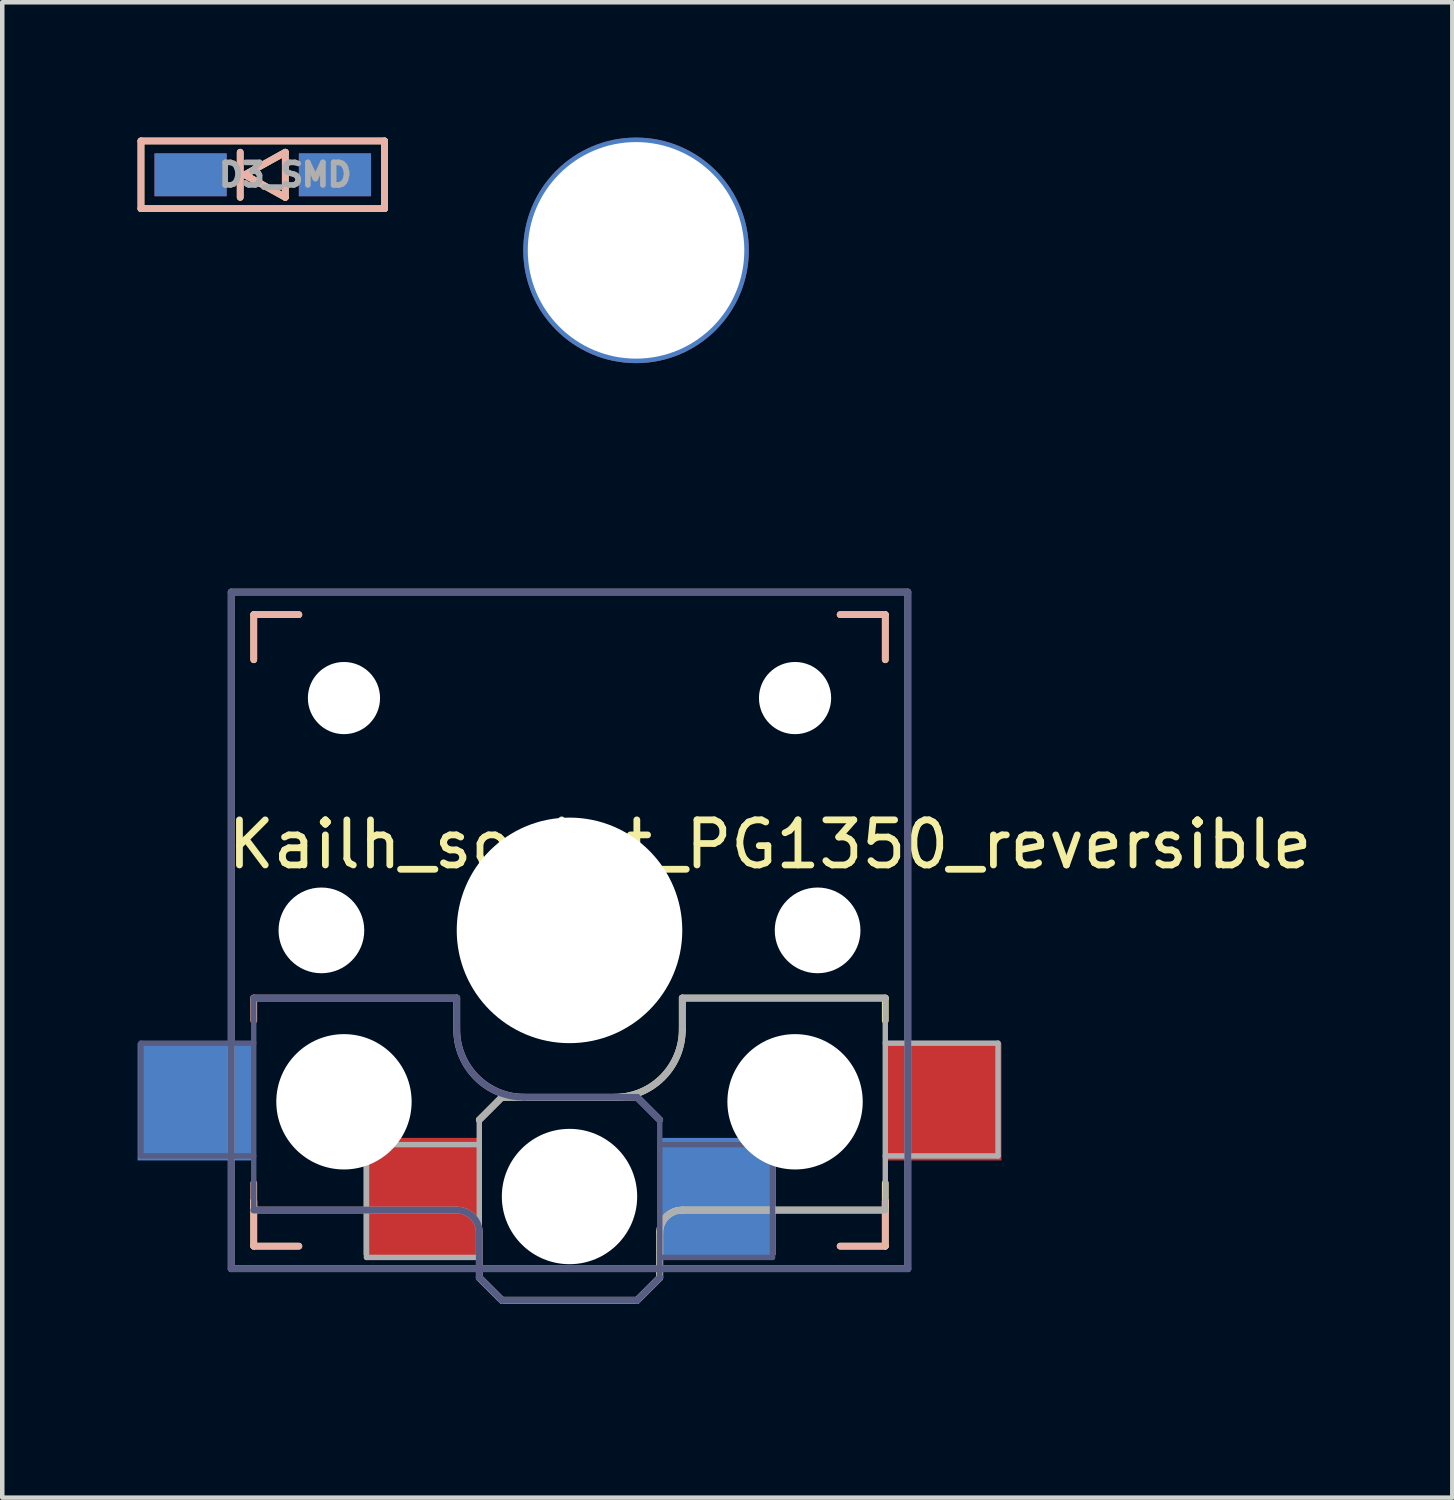
<source format=kicad_pcb>
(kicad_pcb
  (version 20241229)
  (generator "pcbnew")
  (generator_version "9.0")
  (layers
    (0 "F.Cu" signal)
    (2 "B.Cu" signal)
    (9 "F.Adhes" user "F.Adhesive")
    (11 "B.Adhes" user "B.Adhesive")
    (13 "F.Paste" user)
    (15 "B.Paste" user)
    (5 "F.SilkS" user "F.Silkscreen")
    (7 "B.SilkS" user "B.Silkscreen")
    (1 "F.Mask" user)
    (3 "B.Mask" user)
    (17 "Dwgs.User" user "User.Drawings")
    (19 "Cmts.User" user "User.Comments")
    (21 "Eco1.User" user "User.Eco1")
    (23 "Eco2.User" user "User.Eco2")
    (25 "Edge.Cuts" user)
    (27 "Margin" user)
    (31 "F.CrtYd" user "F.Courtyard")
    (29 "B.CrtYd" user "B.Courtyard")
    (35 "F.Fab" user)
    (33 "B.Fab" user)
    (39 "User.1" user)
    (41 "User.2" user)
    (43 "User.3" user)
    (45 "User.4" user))
  (footprint "D3_SMD"
    (layer "F.Cu")
    (at 2.775 0.825)
    (property "Reference" "D3_SMD" (at 0.5 0 0) (layer "F.Fab") (effects (font (size 0.5 0.5) (thickness 0.125))))
    (attr smd)
    (fp_line (start -2.7 -0.75) (end -2.7 0.75) (stroke (width 0.15) (type solid)) (layer "F.SilkS"))
    (fp_line (start -2.7 0.75) (end 2.7 0.75) (stroke (width 0.15) (type solid)) (layer "F.SilkS"))
    (fp_line (start -0.5 -0.5) (end -0.5 0.5) (stroke (width 0.15) (type solid)) (layer "F.SilkS"))
    (fp_line (start -0.4 0) (end 0.5 -0.5) (stroke (width 0.15) (type solid)) (layer "F.SilkS"))
    (fp_line (start 0.5 -0.5) (end 0.5 0.5) (stroke (width 0.15) (type solid)) (layer "F.SilkS"))
    (fp_line (start 0.5 0.5) (end -0.4 0) (stroke (width 0.15) (type solid)) (layer "F.SilkS"))
    (fp_line (start 2.7 -0.75) (end -2.7 -0.75) (stroke (width 0.15) (type solid)) (layer "F.SilkS"))
    (fp_line (start 2.7 -0.75) (end 2.7 0.75) (stroke (width 0.15) (type solid)) (layer "F.SilkS"))
    (fp_line (start -2.7 -0.75) (end -2.7 0.75) (stroke (width 0.15) (type solid)) (layer "B.SilkS"))
    (fp_line (start -2.7 0.75) (end 2.7 0.75) (stroke (width 0.15) (type solid)) (layer "B.SilkS"))
    (fp_line (start -0.5 -0.5) (end -0.5 0.5) (stroke (width 0.15) (type solid)) (layer "B.SilkS"))
    (fp_line (start -0.4 0) (end 0.5 -0.5) (stroke (width 0.15) (type solid)) (layer "B.SilkS"))
    (fp_line (start 0.5 -0.5) (end 0.5 0.5) (stroke (width 0.15) (type solid)) (layer "B.SilkS"))
    (fp_line (start 0.5 0.5) (end -0.4 0) (stroke (width 0.15) (type solid)) (layer "B.SilkS"))
    (fp_line (start 2.7 -0.75) (end -2.7 -0.75) (stroke (width 0.15) (type solid)) (layer "B.SilkS"))
    (fp_line (start 2.7 0.75) (end 2.7 -0.75) (stroke (width 0.15) (type solid)) (layer "B.SilkS"))
    (pad "1" smd rect (at -1.6 0) (size 1.6 0.95) (layers "F.Cu" "F.Mask" "F.Paste"))
    (pad "1" smd rect (at -1.6 0) (size 1.6 0.95) (layers "B.Cu" "B.Mask" "B.Paste"))
    (pad "2" smd rect (at 1.6 0) (size 1.6 0.95) (layers "F.Cu" "F.Mask" "F.Paste"))
    (pad "2" smd rect (at 1.6 0) (size 1.6 0.95) (layers "B.Cu" "B.Mask" "B.Paste")))
  (footprint "Hole"
    (layer "F.Cu")
    (at 11.05 2.5)
    (property "Reference" "Hole" (at 0 0 0) (unlocked yes) (layer "F.SilkS") (effects (font (size 1 1) (thickness 0.15))))
    (attr through_hole)
    (pad "" np_thru_hole circle (at 0 0) (size 5 5) (drill 4.8) (layers "*.Cu" "*.Mask")))
  (footprint "Kailh_socket_PG1350_reversible"
    (layer "F.Cu")
    (at 9.575 17.575)
    (property "Reference" "Kailh_socket_PG1350_reversible" (at 4.445 -1.905 0) (layer "F.SilkS") (effects (font (size 1 1) (thickness 0.15))))
    (attr smd)
    (fp_line (start -7 -7) (end -6 -7) (stroke (width 0.15) (type solid)) (layer "F.SilkS"))
    (fp_line (start -7 -6) (end -7 -7) (stroke (width 0.15) (type solid)) (layer "F.SilkS"))
    (fp_line (start -7 7) (end -7 6) (stroke (width 0.15) (type solid)) (layer "F.SilkS"))
    (fp_line (start -6 7) (end -7 7) (stroke (width 0.15) (type solid)) (layer "F.SilkS"))
    (fp_line (start -2 4.2) (end -1.5 3.7) (stroke (width 0.15) (type solid)) (layer "F.SilkS"))
    (fp_line (start -2 7.7) (end -1.5 8.2) (stroke (width 0.15) (type solid)) (layer "F.SilkS"))
    (fp_line (start -1.5 3.7) (end 1 3.7) (stroke (width 0.15) (type solid)) (layer "F.SilkS"))
    (fp_line (start -1.5 8.2) (end 1.5 8.2) (stroke (width 0.15) (type solid)) (layer "F.SilkS"))
    (fp_line (start 1.5 8.2) (end 2 7.7) (stroke (width 0.15) (type solid)) (layer "F.SilkS"))
    (fp_line (start 2 6.7) (end 2 7.7) (stroke (width 0.15) (type solid)) (layer "F.SilkS"))
    (fp_line (start 2.5 1.5) (end 7 1.5) (stroke (width 0.15) (type solid)) (layer "F.SilkS"))
    (fp_line (start 2.5 2.2) (end 2.5 1.5) (stroke (width 0.15) (type solid)) (layer "F.SilkS"))
    (fp_line (start 6 -7) (end 7 -7) (stroke (width 0.15) (type solid)) (layer "F.SilkS"))
    (fp_line (start 7 -7) (end 7 -6) (stroke (width 0.15) (type solid)) (layer "F.SilkS"))
    (fp_line (start 7 1.5) (end 7 2) (stroke (width 0.15) (type solid)) (layer "F.SilkS"))
    (fp_line (start 7 5.6) (end 7 6.2) (stroke (width 0.15) (type solid)) (layer "F.SilkS"))
    (fp_line (start 7 6) (end 7 7) (stroke (width 0.15) (type solid)) (layer "F.SilkS"))
    (fp_line (start 7 6.2) (end 2.5 6.2) (stroke (width 0.15) (type solid)) (layer "F.SilkS"))
    (fp_line (start 7 7) (end 6 7) (stroke (width 0.15) (type solid)) (layer "F.SilkS"))
    (fp_arc (start 2 6.7) (mid 2.146447 6.346447) (end 2.5 6.2) (stroke (width 0.15) (type solid)) (layer "F.SilkS"))
    (fp_arc (start 2.5 2.2) (mid 2.06066 3.26066) (end 1 3.7) (stroke (width 0.15) (type solid)) (layer "F.SilkS"))
    (fp_line (start -7 -7) (end -6 -7) (stroke (width 0.15) (type solid)) (layer "B.SilkS"))
    (fp_line (start -7 -6) (end -7 -7) (stroke (width 0.15) (type solid)) (layer "B.SilkS"))
    (fp_line (start -7 1.5) (end -7 2) (stroke (width 0.15) (type solid)) (layer "B.SilkS"))
    (fp_line (start -7 5.6) (end -7 6.2) (stroke (width 0.15) (type solid)) (layer "B.SilkS"))
    (fp_line (start -7 6.2) (end -2.5 6.2) (stroke (width 0.15) (type solid)) (layer "B.SilkS"))
    (fp_line (start -7 7) (end -7 6) (stroke (width 0.15) (type solid)) (layer "B.SilkS"))
    (fp_line (start -6 7) (end -7 7) (stroke (width 0.15) (type solid)) (layer "B.SilkS"))
    (fp_line (start -2.5 1.5) (end -7 1.5) (stroke (width 0.15) (type solid)) (layer "B.SilkS"))
    (fp_line (start -2.5 2.2) (end -2.5 1.5) (stroke (width 0.15) (type solid)) (layer "B.SilkS"))
    (fp_line (start -2 6.7) (end -2 7.7) (stroke (width 0.15) (type solid)) (layer "B.SilkS"))
    (fp_line (start -1.5 8.2) (end -2 7.7) (stroke (width 0.15) (type solid)) (layer "B.SilkS"))
    (fp_line (start 1.5 3.7) (end -1 3.7) (stroke (width 0.15) (type solid)) (layer "B.SilkS"))
    (fp_line (start 1.5 8.2) (end -1.5 8.2) (stroke (width 0.15) (type solid)) (layer "B.SilkS"))
    (fp_line (start 2 4.2) (end 1.5 3.7) (stroke (width 0.15) (type solid)) (layer "B.SilkS"))
    (fp_line (start 2 7.7) (end 1.5 8.2) (stroke (width 0.15) (type solid)) (layer "B.SilkS"))
    (fp_line (start 6 -7) (end 7 -7) (stroke (width 0.15) (type solid)) (layer "B.SilkS"))
    (fp_line (start 7 -7) (end 7 -6) (stroke (width 0.15) (type solid)) (layer "B.SilkS"))
    (fp_line (start 7 6) (end 7 7) (stroke (width 0.15) (type solid)) (layer "B.SilkS"))
    (fp_line (start 7 7) (end 6 7) (stroke (width 0.15) (type solid)) (layer "B.SilkS"))
    (fp_arc (start -2.5 6.2) (mid -2.146447 6.346447) (end -2 6.7) (stroke (width 0.15) (type solid)) (layer "B.SilkS"))
    (fp_arc (start -1 3.7) (mid -2.06066 3.26066) (end -2.5 2.2) (stroke (width 0.15) (type solid)) (layer "B.SilkS"))
    (fp_rect (start -9.5 -9.5) (end 9.5 9.5) (stroke (width 0.15) (type solid)) (fill no) (layer "Eco1.User"))
    (fp_line (start -7 7) (end -7 -7) (stroke (width 0.15) (type solid)) (layer "Eco2.User"))
    (fp_line (start -7 7) (end 7 7) (stroke (width 0.15) (type solid)) (layer "Eco2.User"))
    (fp_line (start -2.6 -3.1) (end -2.6 -6.3) (stroke (width 0.15) (type solid)) (layer "Eco2.User"))
    (fp_line (start -2.6 -3.1) (end 2.6 -3.1) (stroke (width 0.15) (type solid)) (layer "Eco2.User"))
    (fp_line (start 2.6 -6.3) (end -2.6 -6.3) (stroke (width 0.15) (type solid)) (layer "Eco2.User"))
    (fp_line (start 2.6 -3.1) (end 2.6 -6.3) (stroke (width 0.15) (type solid)) (layer "Eco2.User"))
    (fp_line (start 7 -7) (end -7 -7) (stroke (width 0.15) (type solid)) (layer "Eco2.User"))
    (fp_line (start 7 -7) (end 7 7) (stroke (width 0.15) (type solid)) (layer "Eco2.User"))
    (fp_line (start -9.5 2.5) (end -7 2.5) (stroke (width 0.12) (type solid)) (layer "B.Fab"))
    (fp_line (start -9.5 5) (end -9.5 2.5) (stroke (width 0.12) (type solid)) (layer "B.Fab"))
    (fp_line (start -7.5 -7.5) (end 7.5 -7.5) (stroke (width 0.15) (type solid)) (layer "B.Fab"))
    (fp_line (start -7.5 7.5) (end -7.5 -7.5) (stroke (width 0.15) (type solid)) (layer "B.Fab"))
    (fp_line (start -7 1.5) (end -7 6.2) (stroke (width 0.12) (type solid)) (layer "B.Fab"))
    (fp_line (start -7 5) (end -9.5 5) (stroke (width 0.12) (type solid)) (layer "B.Fab"))
    (fp_line (start -7 6.2) (end -2.5 6.2) (stroke (width 0.15) (type solid)) (layer "B.Fab"))
    (fp_line (start -2.5 1.5) (end -7 1.5) (stroke (width 0.15) (type solid)) (layer "B.Fab"))
    (fp_line (start -2.5 2.2) (end -2.5 1.5) (stroke (width 0.15) (type solid)) (layer "B.Fab"))
    (fp_line (start -2 6.7) (end -2 7.7) (stroke (width 0.15) (type solid)) (layer "B.Fab"))
    (fp_line (start -1.5 8.2) (end -2 7.7) (stroke (width 0.15) (type solid)) (layer "B.Fab"))
    (fp_line (start 1.5 3.7) (end -1 3.7) (stroke (width 0.15) (type solid)) (layer "B.Fab"))
    (fp_line (start 1.5 8.2) (end -1.5 8.2) (stroke (width 0.15) (type solid)) (layer "B.Fab"))
    (fp_line (start 2 4.2) (end 1.5 3.7) (stroke (width 0.15) (type solid)) (layer "B.Fab"))
    (fp_line (start 2 4.25) (end 2 7.7) (stroke (width 0.12) (type solid)) (layer "B.Fab"))
    (fp_line (start 2 4.75) (end 4.5 4.75) (stroke (width 0.12) (type solid)) (layer "B.Fab"))
    (fp_line (start 2 7.7) (end 1.5 8.2) (stroke (width 0.15) (type solid)) (layer "B.Fab"))
    (fp_line (start 4.5 4.75) (end 4.5 7.25) (stroke (width 0.12) (type solid)) (layer "B.Fab"))
    (fp_line (start 4.5 7.25) (end 2 7.25) (stroke (width 0.12) (type solid)) (layer "B.Fab"))
    (fp_line (start 7.5 -7.5) (end 7.5 7.5) (stroke (width 0.15) (type solid)) (layer "B.Fab"))
    (fp_line (start 7.5 7.5) (end -7.5 7.5) (stroke (width 0.15) (type solid)) (layer "B.Fab"))
    (fp_arc (start -2.5 6.2) (mid -2.146447 6.346447) (end -2 6.7) (stroke (width 0.15) (type solid)) (layer "B.Fab"))
    (fp_arc (start -1 3.7) (mid -2.06066 3.26066) (end -2.5 2.2) (stroke (width 0.15) (type solid)) (layer "B.Fab"))
    (fp_line (start -7.5 -7.5) (end 7.5 -7.5) (stroke (width 0.15) (type solid)) (layer "F.Fab"))
    (fp_line (start -7.5 7.5) (end -7.5 -7.5) (stroke (width 0.15) (type solid)) (layer "F.Fab"))
    (fp_line (start -4.5 4.75) (end -4.5 7.25) (stroke (width 0.12) (type solid)) (layer "F.Fab"))
    (fp_line (start -4.5 7.25) (end -2 7.25) (stroke (width 0.12) (type solid)) (layer "F.Fab"))
    (fp_line (start -2 4.2) (end -1.5 3.7) (stroke (width 0.15) (type solid)) (layer "F.Fab"))
    (fp_line (start -2 4.25) (end -2 7.7) (stroke (width 0.12) (type solid)) (layer "F.Fab"))
    (fp_line (start -2 4.75) (end -4.5 4.75) (stroke (width 0.12) (type solid)) (layer "F.Fab"))
    (fp_line (start -2 7.7) (end -1.5 8.2) (stroke (width 0.15) (type solid)) (layer "F.Fab"))
    (fp_line (start -1.5 3.7) (end 1 3.7) (stroke (width 0.15) (type solid)) (layer "F.Fab"))
    (fp_line (start -1.5 8.2) (end 1.5 8.2) (stroke (width 0.15) (type solid)) (layer "F.Fab"))
    (fp_line (start 1.5 8.2) (end 2 7.7) (stroke (width 0.15) (type solid)) (layer "F.Fab"))
    (fp_line (start 2 6.7) (end 2 7.7) (stroke (width 0.15) (type solid)) (layer "F.Fab"))
    (fp_line (start 2.5 1.5) (end 7 1.5) (stroke (width 0.15) (type solid)) (layer "F.Fab"))
    (fp_line (start 2.5 2.2) (end 2.5 1.5) (stroke (width 0.15) (type solid)) (layer "F.Fab"))
    (fp_line (start 7 1.5) (end 7 6.2) (stroke (width 0.12) (type solid)) (layer "F.Fab"))
    (fp_line (start 7 5) (end 9.5 5) (stroke (width 0.12) (type solid)) (layer "F.Fab"))
    (fp_line (start 7 6.2) (end 2.5 6.2) (stroke (width 0.15) (type solid)) (layer "F.Fab"))
    (fp_line (start 7.5 -7.5) (end 7.5 7.5) (stroke (width 0.15) (type solid)) (layer "F.Fab"))
    (fp_line (start 7.5 7.5) (end -7.5 7.5) (stroke (width 0.15) (type solid)) (layer "F.Fab"))
    (fp_line (start 9.5 2.5) (end 7 2.5) (stroke (width 0.12) (type solid)) (layer "F.Fab"))
    (fp_line (start 9.5 5) (end 9.5 2.5) (stroke (width 0.12) (type solid)) (layer "F.Fab"))
    (fp_arc (start 2 6.7) (mid 2.146447 6.346447) (end 2.5 6.2) (stroke (width 0.15) (type solid)) (layer "F.Fab"))
    (fp_arc (start 2.5 2.2) (mid 2.06066 3.26066) (end 1 3.7) (stroke (width 0.15) (type solid)) (layer "F.Fab"))
    (pad "" np_thru_hole circle (at -5.5 0) (size 1.9 1.9) (drill 1.9) (layers "*.Cu"))
    (pad "" np_thru_hole circle (at -5 -5.15) (size 1.6 1.6) (drill 1.6) (layers "*.Cu"))
    (pad "" np_thru_hole circle (at -5 3.8) (size 3 3) (drill 3) (layers "*.Cu"))
    (pad "" np_thru_hole circle (at 0 0) (size 5 5) (drill 5) (layers "*.Cu"))
    (pad "" np_thru_hole circle (at 0 5.9) (size 3 3) (drill 3) (layers "*.Cu"))
    (pad "" np_thru_hole circle (at 5 -5.15) (size 1.6 1.6) (drill 1.6) (layers "*.Cu"))
    (pad "" np_thru_hole circle (at 5 3.8) (size 3 3) (drill 3) (layers "*.Cu"))
    (pad "" np_thru_hole circle (at 5.5 0) (size 1.9 1.9) (drill 1.9) (layers "*.Cu"))
    (pad "1" smd rect (at -3.275 5.9) (size 2.6 2.6) (layers "F.Cu" "F.Mask" "F.Paste"))
    (pad "1" smd rect (at 3.275 5.9) (size 2.6 2.6) (layers "B.Cu" "B.Mask" "B.Paste"))
    (pad "2" smd rect (at -8.275 3.8) (size 2.6 2.6) (layers "B.Cu" "B.Mask" "B.Paste"))
    (pad "2" smd rect (at 8.275 3.8) (size 2.6 2.6) (layers "F.Cu" "F.Mask" "F.Paste")))
  (gr_rect
    (start -3 -3)
    (end 29.145 30.15)
    (stroke (width 0.1) (type default))
    (fill no)
    (layer "Edge.Cuts")))
</source>
